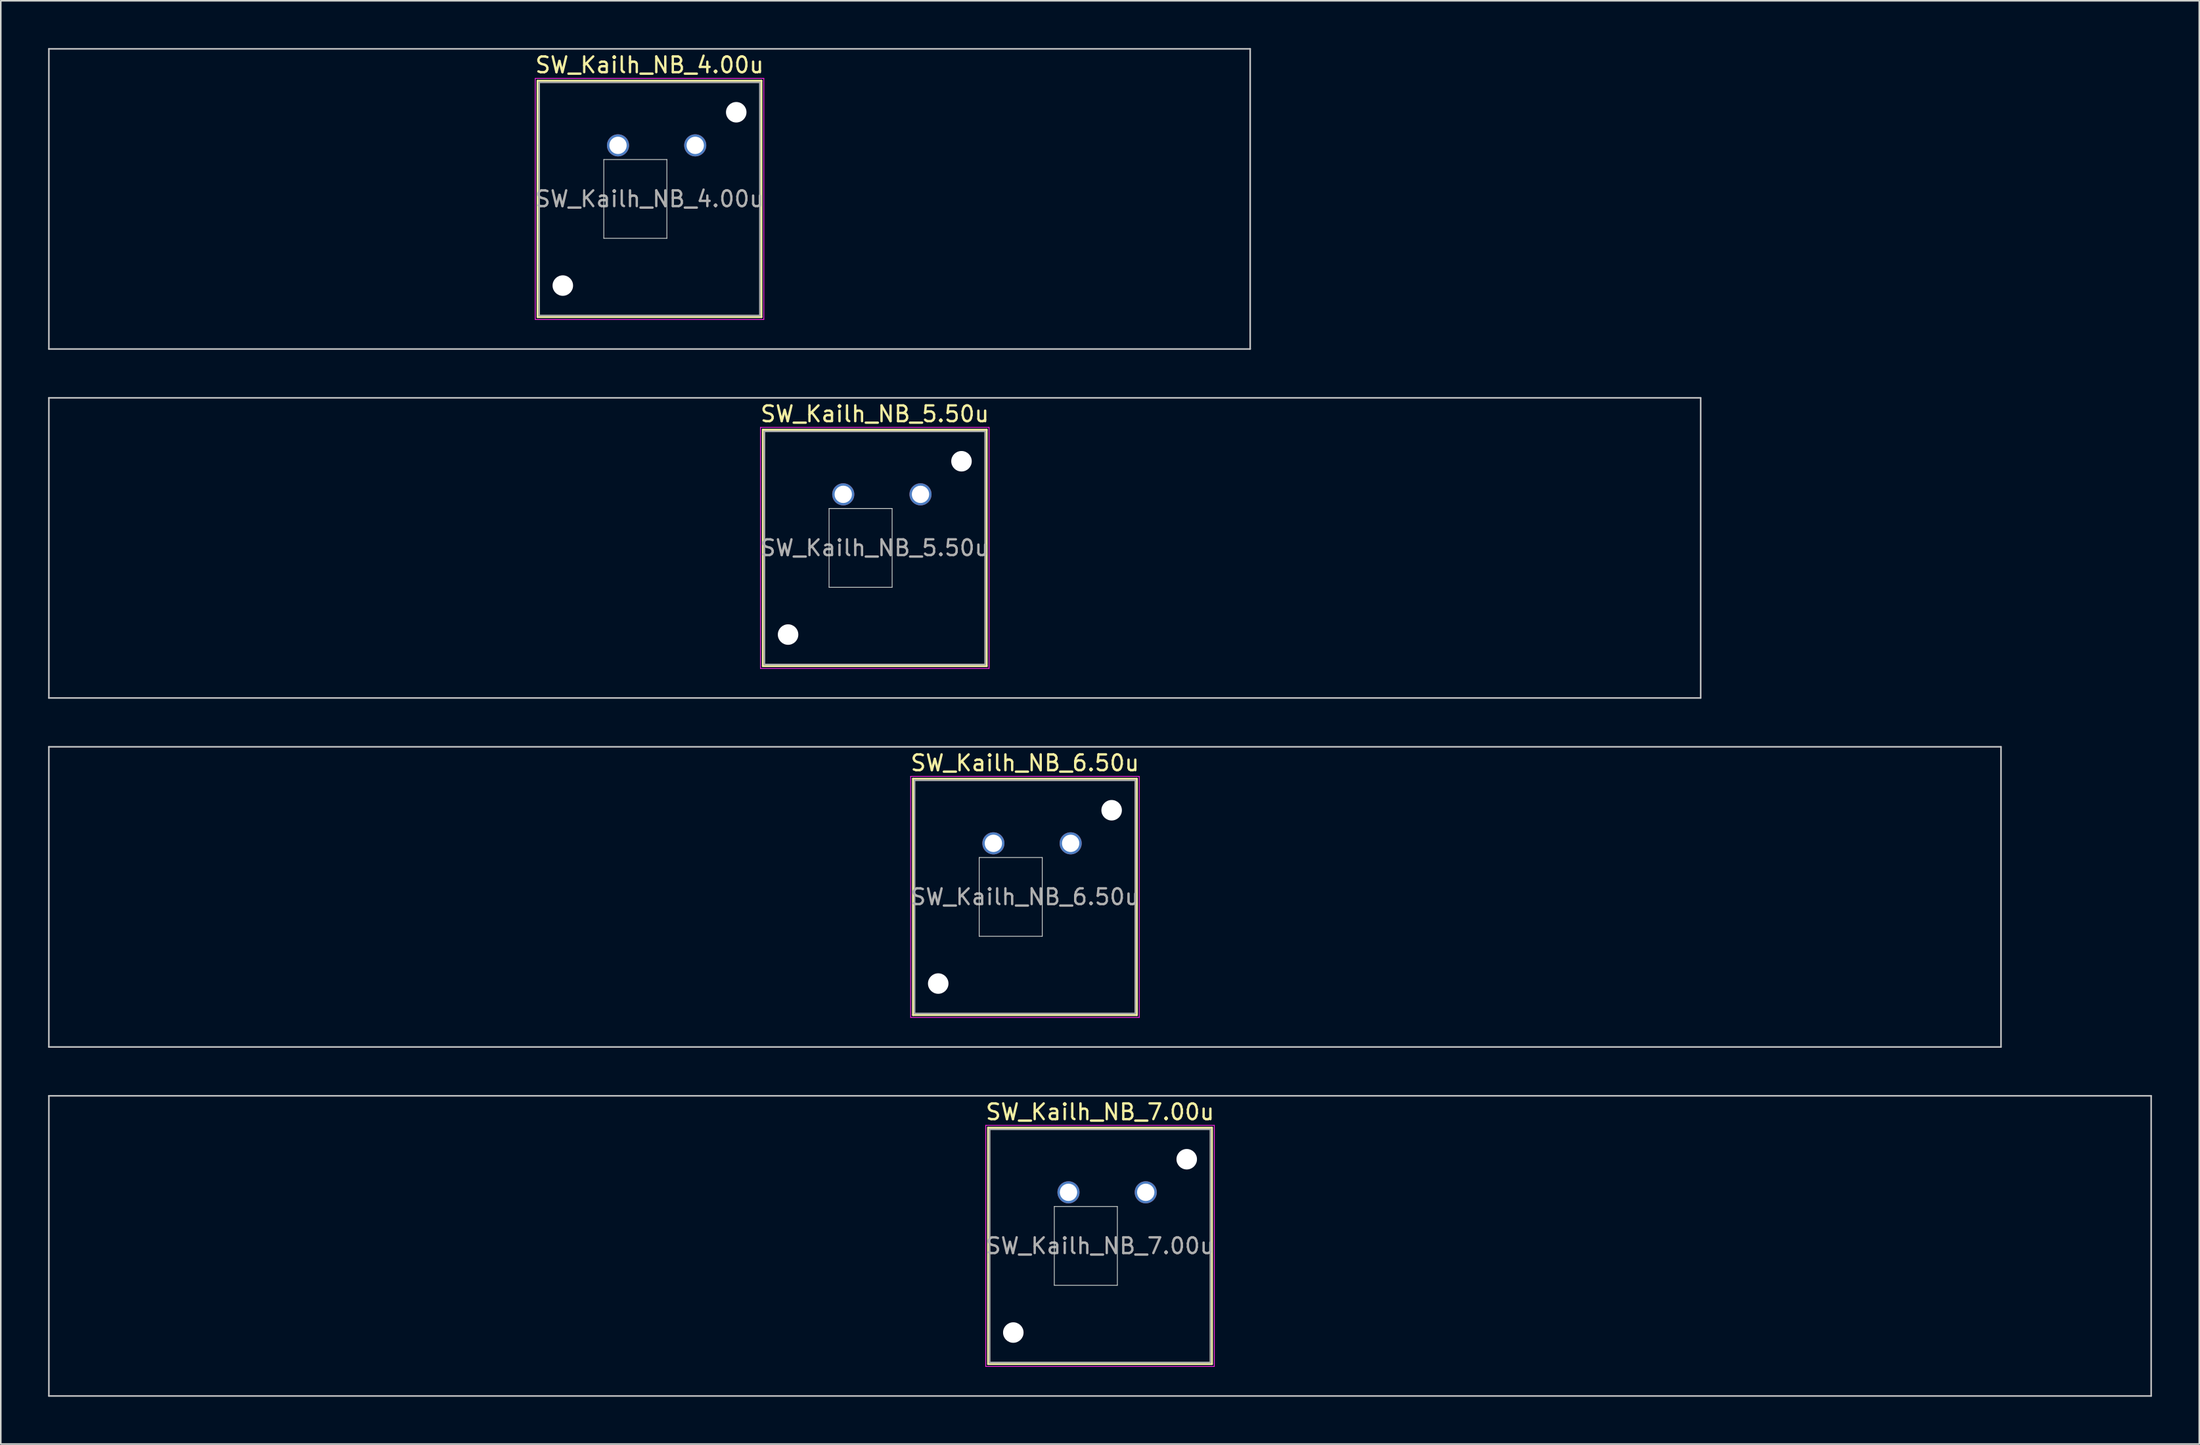
<source format=kicad_pcb>
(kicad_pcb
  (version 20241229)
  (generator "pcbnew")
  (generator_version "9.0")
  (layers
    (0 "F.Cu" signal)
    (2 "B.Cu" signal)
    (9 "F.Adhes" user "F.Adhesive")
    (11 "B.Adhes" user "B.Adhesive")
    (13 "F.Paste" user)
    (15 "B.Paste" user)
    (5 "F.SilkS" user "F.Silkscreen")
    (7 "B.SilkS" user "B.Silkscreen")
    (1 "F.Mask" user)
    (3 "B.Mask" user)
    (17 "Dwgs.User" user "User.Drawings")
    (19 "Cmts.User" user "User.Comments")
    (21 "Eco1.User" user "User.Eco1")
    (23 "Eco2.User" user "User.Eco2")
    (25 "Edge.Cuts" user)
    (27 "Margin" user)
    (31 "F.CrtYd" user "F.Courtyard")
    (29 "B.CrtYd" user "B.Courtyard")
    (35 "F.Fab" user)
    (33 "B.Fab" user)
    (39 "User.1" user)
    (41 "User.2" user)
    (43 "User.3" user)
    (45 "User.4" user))
  (footprint "SW_Kailh_NB_6.50u"
    (layer "F.Cu")
    (at 61.962 53.875)
    (property "Reference" "SW_Kailh_NB_6.50u" (at 0 -8.5 0) (layer "F.SilkS") (effects (font (size 1 1) (thickness 0.15))))
    (attr through_hole)
    (fp_line (start -7.1 -7.5) (end -7.1 7.5) (stroke (width 0.12) (type solid)) (layer "F.SilkS"))
    (fp_line (start -7.1 7.5) (end 7.1 7.5) (stroke (width 0.12) (type solid)) (layer "F.SilkS"))
    (fp_line (start 7.1 -7.5) (end -7.1 -7.5) (stroke (width 0.12) (type solid)) (layer "F.SilkS"))
    (fp_line (start 7.1 7.5) (end 7.1 -7.5) (stroke (width 0.12) (type solid)) (layer "F.SilkS"))
    (fp_line (start -61.913 -9.525) (end -61.913 9.525) (stroke (width 0.1) (type solid)) (layer "Dwgs.User"))
    (fp_line (start -61.913 9.525) (end 61.913 9.525) (stroke (width 0.1) (type solid)) (layer "Dwgs.User"))
    (fp_line (start 61.913 -9.525) (end -61.913 -9.525) (stroke (width 0.1) (type solid)) (layer "Dwgs.User"))
    (fp_line (start 61.913 9.525) (end 61.913 -9.525) (stroke (width 0.1) (type solid)) (layer "Dwgs.User"))
    (fp_line (start -2.9 -2.5) (end 1.1 -2.5) (stroke (width 0.05) (type solid)) (layer "Edge.Cuts"))
    (fp_line (start -2.9 2.5) (end -2.9 -2.5) (stroke (width 0.05) (type solid)) (layer "Edge.Cuts"))
    (fp_line (start 1.1 -2.5) (end 1.1 2.5) (stroke (width 0.05) (type solid)) (layer "Edge.Cuts"))
    (fp_line (start 1.1 2.5) (end -2.9 2.5) (stroke (width 0.05) (type solid)) (layer "Edge.Cuts"))
    (fp_line (start -7.25 -7.65) (end -7.25 7.65) (stroke (width 0.05) (type solid)) (layer "F.CrtYd"))
    (fp_line (start -7.25 7.65) (end 7.25 7.65) (stroke (width 0.05) (type solid)) (layer "F.CrtYd"))
    (fp_line (start 7.25 -7.65) (end -7.25 -7.65) (stroke (width 0.05) (type solid)) (layer "F.CrtYd"))
    (fp_line (start 7.25 7.65) (end 7.25 -7.65) (stroke (width 0.05) (type solid)) (layer "F.CrtYd"))
    (fp_line (start -7 -7.4) (end -7 7.4) (stroke (width 0.1) (type solid)) (layer "F.Fab"))
    (fp_line (start -7 7.4) (end 7 7.4) (stroke (width 0.1) (type solid)) (layer "F.Fab"))
    (fp_line (start 7 -7.4) (end -7 -7.4) (stroke (width 0.1) (type solid)) (layer "F.Fab"))
    (fp_line (start 7 7.4) (end 7 -7.4) (stroke (width 0.1) (type solid)) (layer "F.Fab"))
    (fp_text user "${REFERENCE}" (at 0 0 0) (layer "F.Fab") (effects (font (size 1 1) (thickness 0.15))))
    (pad "" np_thru_hole circle (at -5.5 5.5) (size 1.3 1.3) (drill 1.3) (layers "*.Cu" "*.Mask"))
    (pad "" smd circle (at -2 -3.4) (size 1.15 1.15) (layers "F.Mask"))
    (pad "" smd circle (at 2.9 -3.4) (size 1.15 1.15) (layers "F.Mask"))
    (pad "" np_thru_hole circle (at 5.5 -5.5) (size 1.3 1.3) (drill 1.3) (layers "*.Cu" "*.Mask"))
    (pad "1" thru_hole circle (at -2 -3.4) (size 1.4 1.4) (drill 1.1) (layers "*.Cu" "B.Mask"))
    (pad "2" thru_hole circle (at 2.9 -3.4) (size 1.4 1.4) (drill 1.1) (layers "*.Cu" "B.Mask")))
  (footprint "SW_Kailh_NB_4.00u"
    (layer "F.Cu")
    (at 38.15 9.575)
    (property "Reference" "SW_Kailh_NB_4.00u" (at 0 -8.5 0) (layer "F.SilkS") (effects (font (size 1 1) (thickness 0.15))))
    (attr through_hole)
    (fp_line (start -7.1 -7.5) (end -7.1 7.5) (stroke (width 0.12) (type solid)) (layer "F.SilkS"))
    (fp_line (start -7.1 7.5) (end 7.1 7.5) (stroke (width 0.12) (type solid)) (layer "F.SilkS"))
    (fp_line (start 7.1 -7.5) (end -7.1 -7.5) (stroke (width 0.12) (type solid)) (layer "F.SilkS"))
    (fp_line (start 7.1 7.5) (end 7.1 -7.5) (stroke (width 0.12) (type solid)) (layer "F.SilkS"))
    (fp_line (start -38.1 -9.525) (end -38.1 9.525) (stroke (width 0.1) (type solid)) (layer "Dwgs.User"))
    (fp_line (start -38.1 9.525) (end 38.1 9.525) (stroke (width 0.1) (type solid)) (layer "Dwgs.User"))
    (fp_line (start 38.1 -9.525) (end -38.1 -9.525) (stroke (width 0.1) (type solid)) (layer "Dwgs.User"))
    (fp_line (start 38.1 9.525) (end 38.1 -9.525) (stroke (width 0.1) (type solid)) (layer "Dwgs.User"))
    (fp_line (start -2.9 -2.5) (end 1.1 -2.5) (stroke (width 0.05) (type solid)) (layer "Edge.Cuts"))
    (fp_line (start -2.9 2.5) (end -2.9 -2.5) (stroke (width 0.05) (type solid)) (layer "Edge.Cuts"))
    (fp_line (start 1.1 -2.5) (end 1.1 2.5) (stroke (width 0.05) (type solid)) (layer "Edge.Cuts"))
    (fp_line (start 1.1 2.5) (end -2.9 2.5) (stroke (width 0.05) (type solid)) (layer "Edge.Cuts"))
    (fp_line (start -7.25 -7.65) (end -7.25 7.65) (stroke (width 0.05) (type solid)) (layer "F.CrtYd"))
    (fp_line (start -7.25 7.65) (end 7.25 7.65) (stroke (width 0.05) (type solid)) (layer "F.CrtYd"))
    (fp_line (start 7.25 -7.65) (end -7.25 -7.65) (stroke (width 0.05) (type solid)) (layer "F.CrtYd"))
    (fp_line (start 7.25 7.65) (end 7.25 -7.65) (stroke (width 0.05) (type solid)) (layer "F.CrtYd"))
    (fp_line (start -7 -7.4) (end -7 7.4) (stroke (width 0.1) (type solid)) (layer "F.Fab"))
    (fp_line (start -7 7.4) (end 7 7.4) (stroke (width 0.1) (type solid)) (layer "F.Fab"))
    (fp_line (start 7 -7.4) (end -7 -7.4) (stroke (width 0.1) (type solid)) (layer "F.Fab"))
    (fp_line (start 7 7.4) (end 7 -7.4) (stroke (width 0.1) (type solid)) (layer "F.Fab"))
    (fp_text user "${REFERENCE}" (at 0 0 0) (layer "F.Fab") (effects (font (size 1 1) (thickness 0.15))))
    (pad "" np_thru_hole circle (at -5.5 5.5) (size 1.3 1.3) (drill 1.3) (layers "*.Cu" "*.Mask"))
    (pad "" smd circle (at -2 -3.4) (size 1.15 1.15) (layers "F.Mask"))
    (pad "" smd circle (at 2.9 -3.4) (size 1.15 1.15) (layers "F.Mask"))
    (pad "" np_thru_hole circle (at 5.5 -5.5) (size 1.3 1.3) (drill 1.3) (layers "*.Cu" "*.Mask"))
    (pad "1" thru_hole circle (at -2 -3.4) (size 1.4 1.4) (drill 1.1) (layers "*.Cu" "B.Mask"))
    (pad "2" thru_hole circle (at 2.9 -3.4) (size 1.4 1.4) (drill 1.1) (layers "*.Cu" "B.Mask")))
  (footprint "SW_Kailh_NB_7.00u"
    (layer "F.Cu")
    (at 66.725 76.025)
    (property "Reference" "SW_Kailh_NB_7.00u" (at 0 -8.5 0) (layer "F.SilkS") (effects (font (size 1 1) (thickness 0.15))))
    (attr through_hole)
    (fp_line (start -7.1 -7.5) (end -7.1 7.5) (stroke (width 0.12) (type solid)) (layer "F.SilkS"))
    (fp_line (start -7.1 7.5) (end 7.1 7.5) (stroke (width 0.12) (type solid)) (layer "F.SilkS"))
    (fp_line (start 7.1 -7.5) (end -7.1 -7.5) (stroke (width 0.12) (type solid)) (layer "F.SilkS"))
    (fp_line (start 7.1 7.5) (end 7.1 -7.5) (stroke (width 0.12) (type solid)) (layer "F.SilkS"))
    (fp_line (start -66.675 -9.525) (end -66.675 9.525) (stroke (width 0.1) (type solid)) (layer "Dwgs.User"))
    (fp_line (start -66.675 9.525) (end 66.675 9.525) (stroke (width 0.1) (type solid)) (layer "Dwgs.User"))
    (fp_line (start 66.675 -9.525) (end -66.675 -9.525) (stroke (width 0.1) (type solid)) (layer "Dwgs.User"))
    (fp_line (start 66.675 9.525) (end 66.675 -9.525) (stroke (width 0.1) (type solid)) (layer "Dwgs.User"))
    (fp_line (start -2.9 -2.5) (end 1.1 -2.5) (stroke (width 0.05) (type solid)) (layer "Edge.Cuts"))
    (fp_line (start -2.9 2.5) (end -2.9 -2.5) (stroke (width 0.05) (type solid)) (layer "Edge.Cuts"))
    (fp_line (start 1.1 -2.5) (end 1.1 2.5) (stroke (width 0.05) (type solid)) (layer "Edge.Cuts"))
    (fp_line (start 1.1 2.5) (end -2.9 2.5) (stroke (width 0.05) (type solid)) (layer "Edge.Cuts"))
    (fp_line (start -7.25 -7.65) (end -7.25 7.65) (stroke (width 0.05) (type solid)) (layer "F.CrtYd"))
    (fp_line (start -7.25 7.65) (end 7.25 7.65) (stroke (width 0.05) (type solid)) (layer "F.CrtYd"))
    (fp_line (start 7.25 -7.65) (end -7.25 -7.65) (stroke (width 0.05) (type solid)) (layer "F.CrtYd"))
    (fp_line (start 7.25 7.65) (end 7.25 -7.65) (stroke (width 0.05) (type solid)) (layer "F.CrtYd"))
    (fp_line (start -7 -7.4) (end -7 7.4) (stroke (width 0.1) (type solid)) (layer "F.Fab"))
    (fp_line (start -7 7.4) (end 7 7.4) (stroke (width 0.1) (type solid)) (layer "F.Fab"))
    (fp_line (start 7 -7.4) (end -7 -7.4) (stroke (width 0.1) (type solid)) (layer "F.Fab"))
    (fp_line (start 7 7.4) (end 7 -7.4) (stroke (width 0.1) (type solid)) (layer "F.Fab"))
    (fp_text user "${REFERENCE}" (at 0 0 0) (layer "F.Fab") (effects (font (size 1 1) (thickness 0.15))))
    (pad "" np_thru_hole circle (at -5.5 5.5) (size 1.3 1.3) (drill 1.3) (layers "*.Cu" "*.Mask"))
    (pad "" smd circle (at -2 -3.4) (size 1.15 1.15) (layers "F.Mask"))
    (pad "" smd circle (at 2.9 -3.4) (size 1.15 1.15) (layers "F.Mask"))
    (pad "" np_thru_hole circle (at 5.5 -5.5) (size 1.3 1.3) (drill 1.3) (layers "*.Cu" "*.Mask"))
    (pad "1" thru_hole circle (at -2 -3.4) (size 1.4 1.4) (drill 1.1) (layers "*.Cu" "B.Mask"))
    (pad "2" thru_hole circle (at 2.9 -3.4) (size 1.4 1.4) (drill 1.1) (layers "*.Cu" "B.Mask")))
  (footprint "SW_Kailh_NB_5.50u"
    (layer "F.Cu")
    (at 52.438 31.725)
    (property "Reference" "SW_Kailh_NB_5.50u" (at 0 -8.5 0) (layer "F.SilkS") (effects (font (size 1 1) (thickness 0.15))))
    (attr through_hole)
    (fp_line (start -7.1 -7.5) (end -7.1 7.5) (stroke (width 0.12) (type solid)) (layer "F.SilkS"))
    (fp_line (start -7.1 7.5) (end 7.1 7.5) (stroke (width 0.12) (type solid)) (layer "F.SilkS"))
    (fp_line (start 7.1 -7.5) (end -7.1 -7.5) (stroke (width 0.12) (type solid)) (layer "F.SilkS"))
    (fp_line (start 7.1 7.5) (end 7.1 -7.5) (stroke (width 0.12) (type solid)) (layer "F.SilkS"))
    (fp_line (start -52.388 -9.525) (end -52.388 9.525) (stroke (width 0.1) (type solid)) (layer "Dwgs.User"))
    (fp_line (start -52.388 9.525) (end 52.388 9.525) (stroke (width 0.1) (type solid)) (layer "Dwgs.User"))
    (fp_line (start 52.388 -9.525) (end -52.388 -9.525) (stroke (width 0.1) (type solid)) (layer "Dwgs.User"))
    (fp_line (start 52.388 9.525) (end 52.388 -9.525) (stroke (width 0.1) (type solid)) (layer "Dwgs.User"))
    (fp_line (start -2.9 -2.5) (end 1.1 -2.5) (stroke (width 0.05) (type solid)) (layer "Edge.Cuts"))
    (fp_line (start -2.9 2.5) (end -2.9 -2.5) (stroke (width 0.05) (type solid)) (layer "Edge.Cuts"))
    (fp_line (start 1.1 -2.5) (end 1.1 2.5) (stroke (width 0.05) (type solid)) (layer "Edge.Cuts"))
    (fp_line (start 1.1 2.5) (end -2.9 2.5) (stroke (width 0.05) (type solid)) (layer "Edge.Cuts"))
    (fp_line (start -7.25 -7.65) (end -7.25 7.65) (stroke (width 0.05) (type solid)) (layer "F.CrtYd"))
    (fp_line (start -7.25 7.65) (end 7.25 7.65) (stroke (width 0.05) (type solid)) (layer "F.CrtYd"))
    (fp_line (start 7.25 -7.65) (end -7.25 -7.65) (stroke (width 0.05) (type solid)) (layer "F.CrtYd"))
    (fp_line (start 7.25 7.65) (end 7.25 -7.65) (stroke (width 0.05) (type solid)) (layer "F.CrtYd"))
    (fp_line (start -7 -7.4) (end -7 7.4) (stroke (width 0.1) (type solid)) (layer "F.Fab"))
    (fp_line (start -7 7.4) (end 7 7.4) (stroke (width 0.1) (type solid)) (layer "F.Fab"))
    (fp_line (start 7 -7.4) (end -7 -7.4) (stroke (width 0.1) (type solid)) (layer "F.Fab"))
    (fp_line (start 7 7.4) (end 7 -7.4) (stroke (width 0.1) (type solid)) (layer "F.Fab"))
    (fp_text user "${REFERENCE}" (at 0 0 0) (layer "F.Fab") (effects (font (size 1 1) (thickness 0.15))))
    (pad "" np_thru_hole circle (at -5.5 5.5) (size 1.3 1.3) (drill 1.3) (layers "*.Cu" "*.Mask"))
    (pad "" smd circle (at -2 -3.4) (size 1.15 1.15) (layers "F.Mask"))
    (pad "" smd circle (at 2.9 -3.4) (size 1.15 1.15) (layers "F.Mask"))
    (pad "" np_thru_hole circle (at 5.5 -5.5) (size 1.3 1.3) (drill 1.3) (layers "*.Cu" "*.Mask"))
    (pad "1" thru_hole circle (at -2 -3.4) (size 1.4 1.4) (drill 1.1) (layers "*.Cu" "B.Mask"))
    (pad "2" thru_hole circle (at 2.9 -3.4) (size 1.4 1.4) (drill 1.1) (layers "*.Cu" "B.Mask")))
  (gr_rect
    (start -3 -3)
    (end 136.45 88.6)
    (stroke (width 0.1) (type default))
    (fill no)
    (layer "Edge.Cuts")))
</source>
